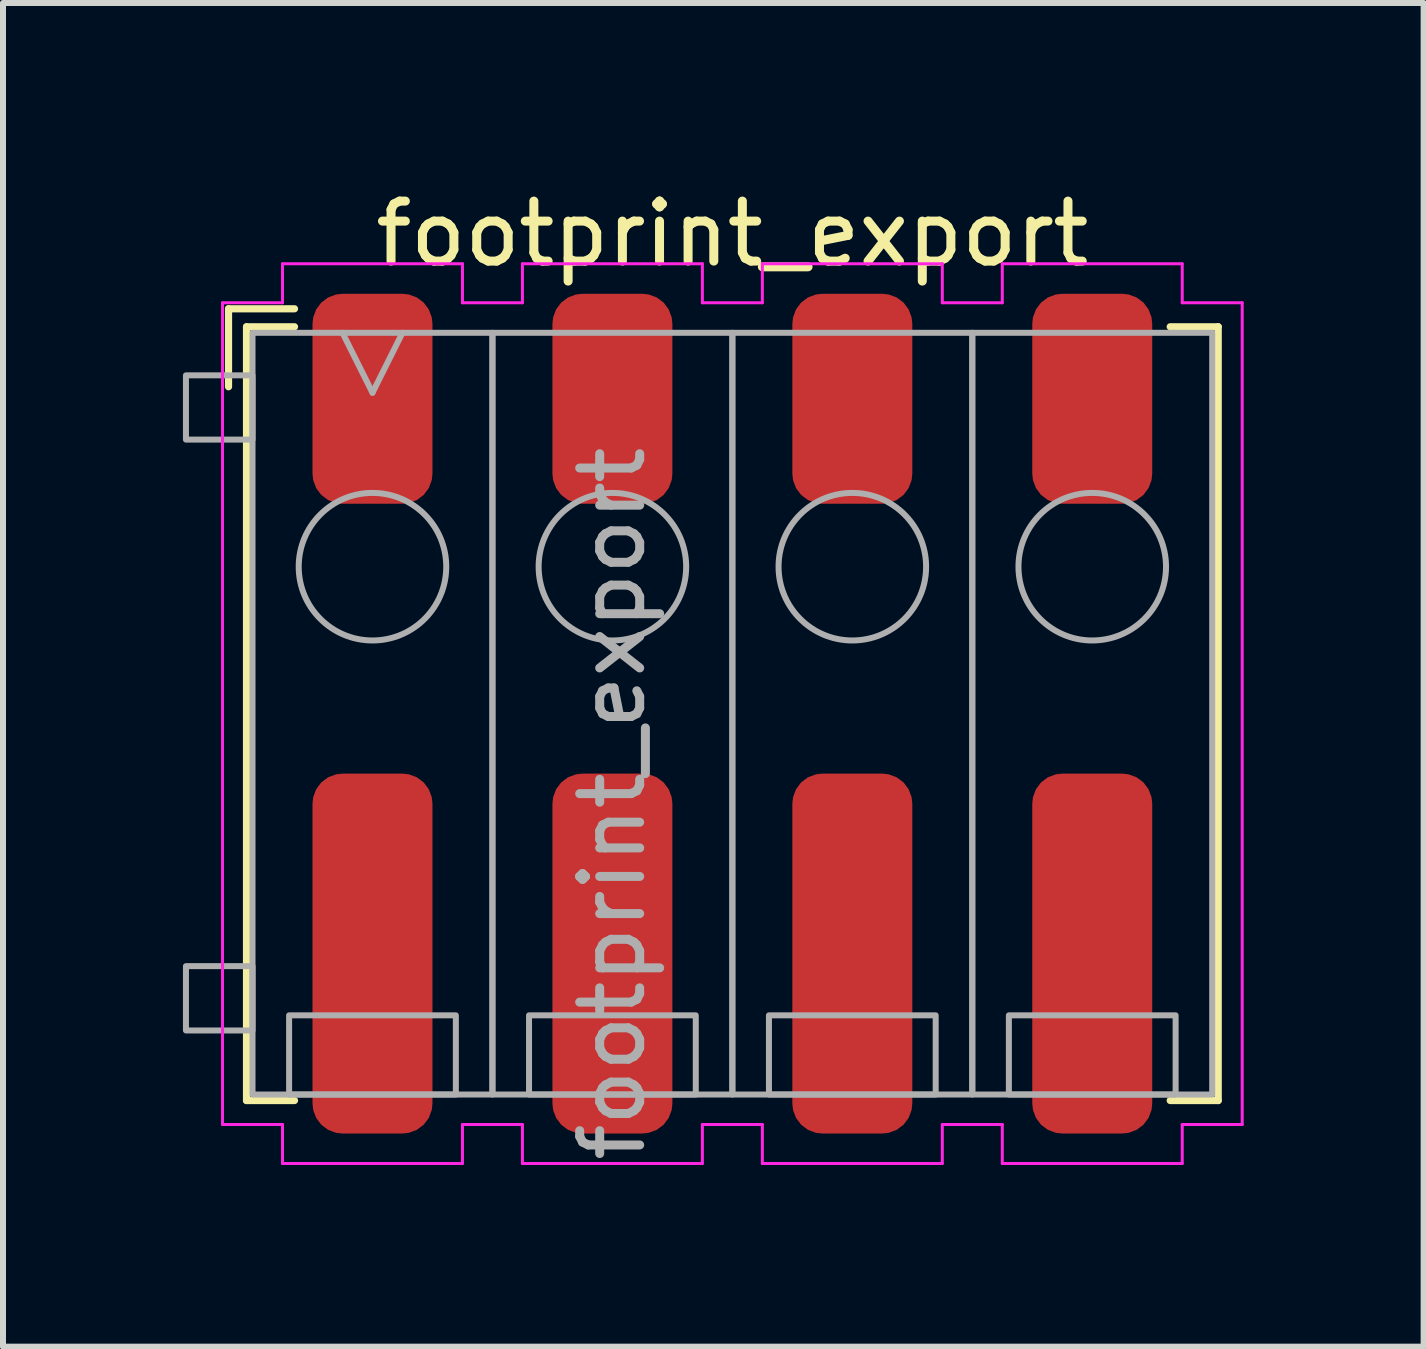
<source format=kicad_pcb>
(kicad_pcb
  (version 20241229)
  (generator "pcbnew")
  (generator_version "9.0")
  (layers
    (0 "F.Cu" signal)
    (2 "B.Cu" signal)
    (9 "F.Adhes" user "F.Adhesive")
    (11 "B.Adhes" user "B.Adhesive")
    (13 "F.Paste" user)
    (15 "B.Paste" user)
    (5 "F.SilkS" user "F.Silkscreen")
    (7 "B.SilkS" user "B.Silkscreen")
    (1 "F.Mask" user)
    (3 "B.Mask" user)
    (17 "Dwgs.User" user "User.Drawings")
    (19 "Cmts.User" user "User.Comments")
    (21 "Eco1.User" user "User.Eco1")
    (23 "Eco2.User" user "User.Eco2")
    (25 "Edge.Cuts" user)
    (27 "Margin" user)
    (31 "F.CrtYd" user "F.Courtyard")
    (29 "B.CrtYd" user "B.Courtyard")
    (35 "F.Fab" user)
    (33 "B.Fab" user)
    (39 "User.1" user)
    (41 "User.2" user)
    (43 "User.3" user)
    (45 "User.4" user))
  (footprint "footprint_export"
    (layer "F.Cu")
    (at 9.16 8.848)
    (property "Reference" "footprint_export" (at 0 -8 0) (unlocked yes) (layer "F.SilkS") (effects (font (size 1 1) (thickness 0.15))))
    (attr smd)
    (fp_line (start -8.4 -6.75) (end -8.4 -5.45) (stroke (width 0.12) (type solid)) (layer "F.SilkS"))
    (fp_line (start -8.1 -6.45) (end -7.3 -6.45) (stroke (width 0.12) (type solid)) (layer "F.SilkS"))
    (fp_line (start -8.1 6.45) (end -8.1 -6.45) (stroke (width 0.12) (type solid)) (layer "F.SilkS"))
    (fp_line (start -8.1 6.45) (end -7.3 6.45) (stroke (width 0.12) (type solid)) (layer "F.SilkS"))
    (fp_line (start -7.3 -6.75) (end -8.4 -6.75) (stroke (width 0.12) (type solid)) (layer "F.SilkS"))
    (fp_line (start 8.1 -6.45) (end 7.3 -6.45) (stroke (width 0.12) (type solid)) (layer "F.SilkS"))
    (fp_line (start 8.1 -6.45) (end 8.1 6.45) (stroke (width 0.12) (type solid)) (layer "F.SilkS"))
    (fp_line (start 8.1 6.45) (end 7.3 6.45) (stroke (width 0.12) (type solid)) (layer "F.SilkS"))
    (fp_line (start -8.5 -6.85) (end -8.5 6.85) (stroke (width 0.05) (type solid)) (layer "F.CrtYd"))
    (fp_line (start -8.5 -6.85) (end -7.5 -6.85) (stroke (width 0.05) (type solid)) (layer "F.CrtYd"))
    (fp_line (start -7.5 -7.5) (end -4.5 -7.5) (stroke (width 0.05) (type solid)) (layer "F.CrtYd"))
    (fp_line (start -7.5 -6.85) (end -7.5 -7.5) (stroke (width 0.05) (type solid)) (layer "F.CrtYd"))
    (fp_line (start -7.5 6.85) (end -8.5 6.85) (stroke (width 0.05) (type solid)) (layer "F.CrtYd"))
    (fp_line (start -7.5 7.5) (end -7.5 6.85) (stroke (width 0.05) (type solid)) (layer "F.CrtYd"))
    (fp_line (start -4.5 -7.5) (end -4.5 -6.85) (stroke (width 0.05) (type solid)) (layer "F.CrtYd"))
    (fp_line (start -4.5 -6.85) (end -3.5 -6.85) (stroke (width 0.05) (type solid)) (layer "F.CrtYd"))
    (fp_line (start -4.5 6.85) (end -4.5 7.5) (stroke (width 0.05) (type solid)) (layer "F.CrtYd"))
    (fp_line (start -4.5 7.5) (end -7.5 7.5) (stroke (width 0.05) (type solid)) (layer "F.CrtYd"))
    (fp_line (start -3.5 -7.5) (end -0.5 -7.5) (stroke (width 0.05) (type solid)) (layer "F.CrtYd"))
    (fp_line (start -3.5 -6.85) (end -3.5 -7.5) (stroke (width 0.05) (type solid)) (layer "F.CrtYd"))
    (fp_line (start -3.5 6.85) (end -4.5 6.85) (stroke (width 0.05) (type solid)) (layer "F.CrtYd"))
    (fp_line (start -3.5 7.5) (end -3.5 6.85) (stroke (width 0.05) (type solid)) (layer "F.CrtYd"))
    (fp_line (start -0.5 -7.5) (end -0.5 -6.85) (stroke (width 0.05) (type solid)) (layer "F.CrtYd"))
    (fp_line (start -0.5 -6.85) (end 0.5 -6.85) (stroke (width 0.05) (type solid)) (layer "F.CrtYd"))
    (fp_line (start -0.5 6.85) (end -0.5 7.5) (stroke (width 0.05) (type solid)) (layer "F.CrtYd"))
    (fp_line (start -0.5 7.5) (end -3.5 7.5) (stroke (width 0.05) (type solid)) (layer "F.CrtYd"))
    (fp_line (start 0.5 -7.5) (end 3.5 -7.5) (stroke (width 0.05) (type solid)) (layer "F.CrtYd"))
    (fp_line (start 0.5 -6.85) (end 0.5 -7.5) (stroke (width 0.05) (type solid)) (layer "F.CrtYd"))
    (fp_line (start 0.5 6.85) (end -0.5 6.85) (stroke (width 0.05) (type solid)) (layer "F.CrtYd"))
    (fp_line (start 0.5 7.5) (end 0.5 6.85) (stroke (width 0.05) (type solid)) (layer "F.CrtYd"))
    (fp_line (start 3.5 -7.5) (end 3.5 -6.85) (stroke (width 0.05) (type solid)) (layer "F.CrtYd"))
    (fp_line (start 3.5 -6.85) (end 4.5 -6.85) (stroke (width 0.05) (type solid)) (layer "F.CrtYd"))
    (fp_line (start 3.5 6.85) (end 3.5 7.5) (stroke (width 0.05) (type solid)) (layer "F.CrtYd"))
    (fp_line (start 3.5 7.5) (end 0.5 7.5) (stroke (width 0.05) (type solid)) (layer "F.CrtYd"))
    (fp_line (start 4.5 -7.5) (end 7.5 -7.5) (stroke (width 0.05) (type solid)) (layer "F.CrtYd"))
    (fp_line (start 4.5 -6.85) (end 4.5 -7.5) (stroke (width 0.05) (type solid)) (layer "F.CrtYd"))
    (fp_line (start 4.5 6.85) (end 3.5 6.85) (stroke (width 0.05) (type solid)) (layer "F.CrtYd"))
    (fp_line (start 4.5 7.5) (end 4.5 6.85) (stroke (width 0.05) (type solid)) (layer "F.CrtYd"))
    (fp_line (start 7.5 -7.5) (end 7.5 -6.85) (stroke (width 0.05) (type solid)) (layer "F.CrtYd"))
    (fp_line (start 7.5 -6.85) (end 8.5 -6.85) (stroke (width 0.05) (type solid)) (layer "F.CrtYd"))
    (fp_line (start 7.5 6.85) (end 7.5 7.5) (stroke (width 0.05) (type solid)) (layer "F.CrtYd"))
    (fp_line (start 7.5 7.5) (end 4.5 7.5) (stroke (width 0.05) (type solid)) (layer "F.CrtYd"))
    (fp_line (start 8.5 -6.85) (end 8.5 6.85) (stroke (width 0.05) (type solid)) (layer "F.CrtYd"))
    (fp_line (start 8.5 6.85) (end 7.5 6.85) (stroke (width 0.05) (type solid)) (layer "F.CrtYd"))
    (fp_line (start -6 -5.35) (end -6.5 -6.35) (stroke (width 0.1) (type solid)) (layer "F.Fab"))
    (fp_line (start -5.5 -6.35) (end -6 -5.35) (stroke (width 0.1) (type solid)) (layer "F.Fab"))
    (fp_rect (start -9.11 -5.64) (end -8 -4.569) (stroke (width 0.1) (type solid)) (fill no) (layer "F.Fab"))
    (fp_rect (start -9.11 4.21) (end -8 5.282) (stroke (width 0.1) (type solid)) (fill no) (layer "F.Fab"))
    (fp_rect (start -8 -6.35) (end -4 6.35) (stroke (width 0.1) (type solid)) (fill no) (layer "F.Fab"))
    (fp_rect (start -7.39 5.03) (end -4.61 6.35) (stroke (width 0.1) (type solid)) (fill no) (layer "F.Fab"))
    (fp_rect (start -4 -6.35) (end 0 6.35) (stroke (width 0.1) (type solid)) (fill no) (layer "F.Fab"))
    (fp_rect (start -3.39 5.03) (end -0.61 6.35) (stroke (width 0.1) (type solid)) (fill no) (layer "F.Fab"))
    (fp_rect (start 0 -6.35) (end 4 6.35) (stroke (width 0.1) (type solid)) (fill no) (layer "F.Fab"))
    (fp_rect (start 0.61 5.03) (end 3.39 6.35) (stroke (width 0.1) (type solid)) (fill no) (layer "F.Fab"))
    (fp_rect (start 4 -6.35) (end 8 6.35) (stroke (width 0.1) (type solid)) (fill no) (layer "F.Fab"))
    (fp_rect (start 4.61 5.03) (end 7.39 6.35) (stroke (width 0.1) (type solid)) (fill no) (layer "F.Fab"))
    (fp_circle (center -6 -2.45) (end -4.77 -2.45) (stroke (width 0.1) (type solid)) (fill no) (layer "F.Fab"))
    (fp_circle (center -2 -2.45) (end -0.77 -2.45) (stroke (width 0.1) (type solid)) (fill no) (layer "F.Fab"))
    (fp_circle (center 2 -2.45) (end 3.23 -2.45) (stroke (width 0.1) (type solid)) (fill no) (layer "F.Fab"))
    (fp_circle (center 6 -2.45) (end 7.23 -2.45) (stroke (width 0.1) (type solid)) (fill no) (layer "F.Fab"))
    (fp_text user "${REFERENCE}" (at -2 1.5 90) (unlocked yes) (layer "F.Fab") (effects (font (size 1 1) (thickness 0.15))))
    (pad "1" smd roundrect (at -6 -5.25) (size 2 3.5) (layers "F.Cu" "F.Mask" "F.Paste") (roundrect_rratio 0.25))
    (pad "1" smd roundrect (at -6 4) (size 2 6) (layers "F.Cu" "F.Mask" "F.Paste") (roundrect_rratio 0.25))
    (pad "2" smd roundrect (at -2 -5.25) (size 2 3.5) (layers "F.Cu" "F.Mask" "F.Paste") (roundrect_rratio 0.25))
    (pad "2" smd roundrect (at -2 4) (size 2 6) (layers "F.Cu" "F.Mask" "F.Paste") (roundrect_rratio 0.25))
    (pad "3" smd roundrect (at 2 -5.25) (size 2 3.5) (layers "F.Cu" "F.Mask" "F.Paste") (roundrect_rratio 0.25))
    (pad "3" smd roundrect (at 2 4) (size 2 6) (layers "F.Cu" "F.Mask" "F.Paste") (roundrect_rratio 0.25))
    (pad "4" smd roundrect (at 6 -5.25) (size 2 3.5) (layers "F.Cu" "F.Mask" "F.Paste") (roundrect_rratio 0.25))
    (pad "4" smd roundrect (at 6 4) (size 2 6) (layers "F.Cu" "F.Mask" "F.Paste") (roundrect_rratio 0.25)))
  (gr_rect
    (start -3 -3)
    (end 20.685 19.402)
    (stroke (width 0.1) (type default))
    (fill no)
    (layer "Edge.Cuts")))
</source>
